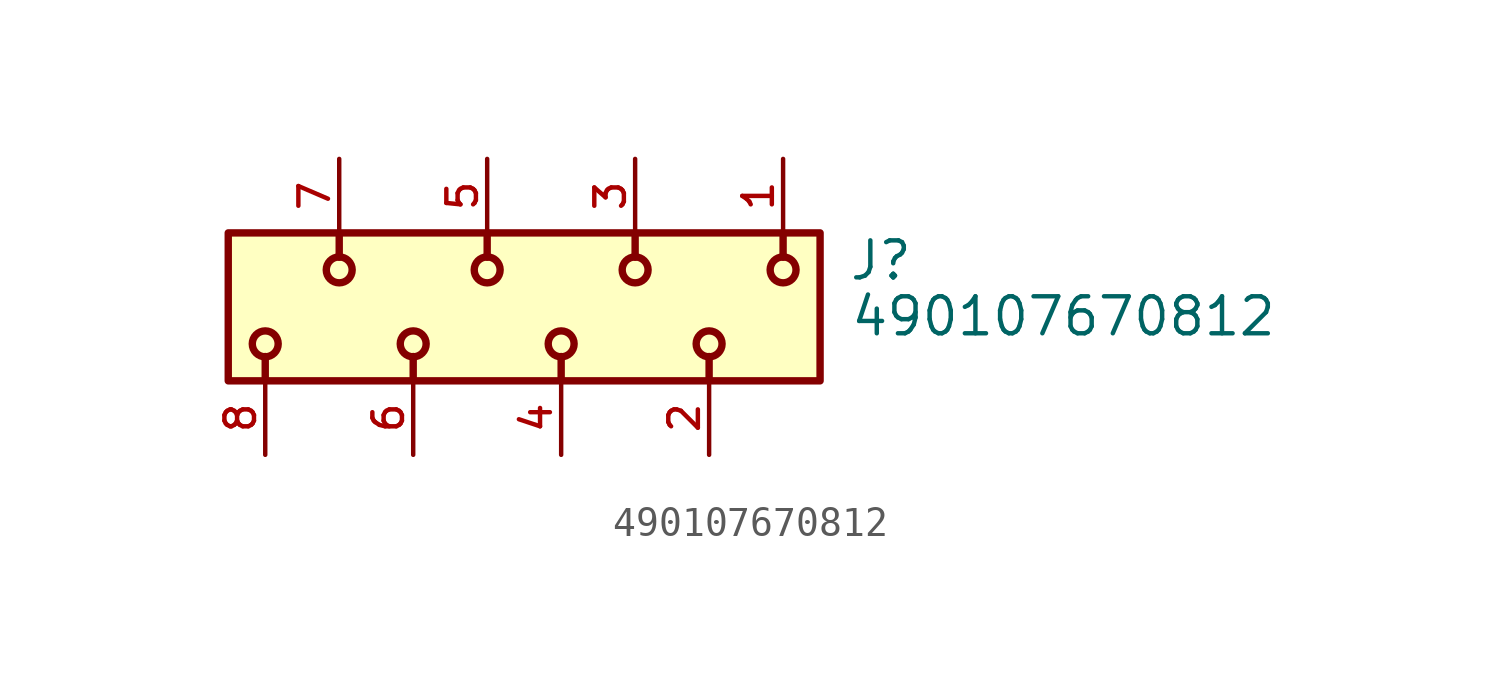
<source format=kicad_sym>
(kicad_symbol_lib
  (version 20211014)
  (generator kicad_symbol_editor)
  (symbol "490107670812"
    (pin_names
      (offset 1.016))
    (property "Reference" "J"
      (at 12.39 0.85 0)
      (effects (font (size 1.27 1.27)) (justify bottom left)))
    (property "Value" "490107670812"
      (at 12.43 -1.07 0)
      (effects (font (size 1.27 1.27)) (justify bottom left)))
    (symbol "490107670812_0_0"
      (polyline (pts (xy 2.54 -1.705) (xy 2.54 -2.54)) (stroke (width 0.254)))
      (polyline (pts (xy 7.62 -1.705) (xy 7.62 -2.54)) (stroke (width 0.254)))
      (polyline (pts (xy 10.16 1.705) (xy 10.16 2.54)) (stroke (width 0.254)))
      (polyline (pts (xy 5.08 1.705) (xy 5.08 2.54)) (stroke (width 0.254)))
      (circle (center 2.54 -1.27) (radius 0.445) (stroke (width 0.254)) (fill (type none)))
      (circle (center 7.62 -1.27) (radius 0.445) (stroke (width 0.254)) (fill (type none)))
      (circle (center 10.16 1.27) (radius 0.445) (stroke (width 0.254)) (fill (type none)))
      (circle (center 5.08 1.27) (radius 0.445) (stroke (width 0.254)) (fill (type none)))
      (polyline (pts (xy -7.62 -1.705) (xy -7.62 -2.54)) (stroke (width 0.254)))
      (polyline (pts (xy -2.54 -1.705) (xy -2.54 -2.54)) (stroke (width 0.254)))
      (polyline (pts (xy 0.0 1.705) (xy 0.0 2.54)) (stroke (width 0.254)))
      (polyline (pts (xy -5.08 1.705) (xy -5.08 2.54)) (stroke (width 0.254)))
      (circle (center -7.62 -1.27) (radius 0.445) (stroke (width 0.254)) (fill (type none)))
      (circle (center -2.54 -1.27) (radius 0.445) (stroke (width 0.254)) (fill (type none)))
      (circle (center 0.0 1.27) (radius 0.445) (stroke (width 0.254)) (fill (type none)))
      (circle (center -5.08 1.27) (radius 0.445) (stroke (width 0.254)) (fill (type none)))
      (rectangle (start -8.89 -2.54) (end 11.43 2.54) (stroke (width 0.254)) (fill (type background)))
      (pin passive line (at 10.16 5.08 270.0) (length 2.54) (name "~" (effects (font (size 1.016 1.016)))) (number "1" (effects (font (size 1.016 1.016)))))
      (pin passive line (at 7.62 -5.08 90.0) (length 2.54) (name "~" (effects (font (size 1.016 1.016)))) (number "2" (effects (font (size 1.016 1.016)))))
      (pin passive line (at 5.08 5.08 270.0) (length 2.54) (name "~" (effects (font (size 1.016 1.016)))) (number "3" (effects (font (size 1.016 1.016)))))
      (pin passive line (at 2.54 -5.08 90.0) (length 2.54) (name "~" (effects (font (size 1.016 1.016)))) (number "4" (effects (font (size 1.016 1.016)))))
      (pin passive line (at 0.0 5.08 270.0) (length 2.54) (name "~" (effects (font (size 1.016 1.016)))) (number "5" (effects (font (size 1.016 1.016)))))
      (pin passive line (at -2.54 -5.08 90.0) (length 2.54) (name "~" (effects (font (size 1.016 1.016)))) (number "6" (effects (font (size 1.016 1.016)))))
      (pin passive line (at -5.08 5.08 270.0) (length 2.54) (name "~" (effects (font (size 1.016 1.016)))) (number "7" (effects (font (size 1.016 1.016)))))
      (pin passive line (at -7.62 -5.08 90.0) (length 2.54) (name "~" (effects (font (size 1.016 1.016)))) (number "8" (effects (font (size 1.016 1.016))))))))
</source>
